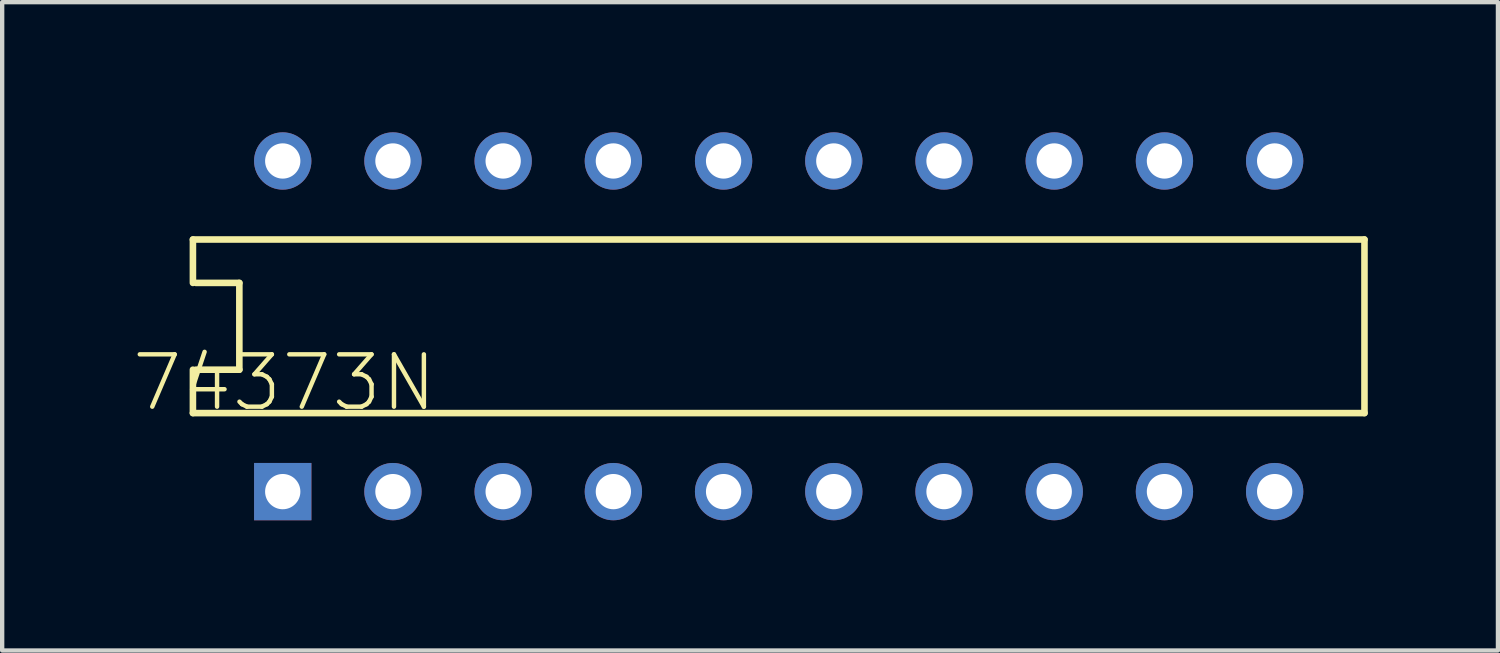
<source format=kicad_pcb>
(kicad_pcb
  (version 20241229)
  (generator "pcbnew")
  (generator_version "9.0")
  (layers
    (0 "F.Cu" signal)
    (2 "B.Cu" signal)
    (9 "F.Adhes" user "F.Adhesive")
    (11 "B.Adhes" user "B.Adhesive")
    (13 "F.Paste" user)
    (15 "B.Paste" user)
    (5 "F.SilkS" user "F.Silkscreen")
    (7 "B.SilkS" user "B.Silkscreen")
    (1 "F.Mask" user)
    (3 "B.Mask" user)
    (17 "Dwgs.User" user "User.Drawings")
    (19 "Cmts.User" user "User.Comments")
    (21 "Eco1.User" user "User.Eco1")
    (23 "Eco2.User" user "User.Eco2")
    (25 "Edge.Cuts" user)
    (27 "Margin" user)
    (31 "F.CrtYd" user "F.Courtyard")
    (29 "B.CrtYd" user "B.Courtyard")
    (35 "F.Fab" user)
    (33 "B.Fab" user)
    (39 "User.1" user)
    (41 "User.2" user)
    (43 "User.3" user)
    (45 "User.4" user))
  (footprint "74373N"
    (layer "F.Cu")
    (at 14.896 4.47)
    (property "Reference" "74373N" (at -7.823 0.594 0) (layer "F.SilkS") (effects (font (size 1.206 1.206) (thickness 0.102)) (justify right top)))
    (attr through_hole)
    (fp_line (start -13.5 -2) (end -13.5 -1) (stroke (width 0.152) (type solid)) (layer "F.SilkS"))
    (fp_line (start -13.5 2) (end -13.5 1) (stroke (width 0.152) (type solid)) (layer "F.SilkS"))
    (fp_line (start -13.5 2) (end 13.5 2) (stroke (width 0.152) (type solid)) (layer "F.SilkS"))
    (fp_line (start -13.43 -1) (end -12.43 -1) (stroke (width 0.152) (type solid)) (layer "F.SilkS"))
    (fp_line (start -13.43 1) (end -12.43 1) (stroke (width 0.152) (type solid)) (layer "F.SilkS"))
    (fp_line (start -12.43 1) (end -12.43 -1) (stroke (width 0.152) (type solid)) (layer "F.SilkS"))
    (fp_line (start 13.5 -2) (end -13.5 -2) (stroke (width 0.152) (type solid)) (layer "F.SilkS"))
    (fp_line (start 13.5 -2) (end 13.5 2) (stroke (width 0.152) (type solid)) (layer "F.SilkS"))
    (pad "1" thru_hole rect (at -11.43 3.81 90) (size 1.321 1.321) (drill 0.813) (layers "*.Cu" "*.Mask"))
    (pad "2" thru_hole circle (at -8.89 3.81 90) (size 1.321 1.321) (drill 0.813) (layers "*.Cu" "*.Mask"))
    (pad "3" thru_hole circle (at -6.35 3.81 90) (size 1.321 1.321) (drill 0.813) (layers "*.Cu" "*.Mask"))
    (pad "4" thru_hole circle (at -3.81 3.81 90) (size 1.321 1.321) (drill 0.813) (layers "*.Cu" "*.Mask"))
    (pad "5" thru_hole circle (at -1.27 3.81 90) (size 1.321 1.321) (drill 0.813) (layers "*.Cu" "*.Mask"))
    (pad "6" thru_hole circle (at 1.27 3.81 90) (size 1.321 1.321) (drill 0.813) (layers "*.Cu" "*.Mask"))
    (pad "7" thru_hole circle (at 3.81 3.81 90) (size 1.321 1.321) (drill 0.813) (layers "*.Cu" "*.Mask"))
    (pad "8" thru_hole circle (at 6.35 3.81 90) (size 1.321 1.321) (drill 0.813) (layers "*.Cu" "*.Mask"))
    (pad "9" thru_hole circle (at 8.89 3.81 90) (size 1.321 1.321) (drill 0.813) (layers "*.Cu" "*.Mask"))
    (pad "10" thru_hole circle (at 11.43 3.81 90) (size 1.321 1.321) (drill 0.813) (layers "*.Cu" "*.Mask"))
    (pad "11" thru_hole circle (at 11.43 -3.81 90) (size 1.321 1.321) (drill 0.813) (layers "*.Cu" "*.Mask"))
    (pad "12" thru_hole circle (at 8.89 -3.81 90) (size 1.321 1.321) (drill 0.813) (layers "*.Cu" "*.Mask"))
    (pad "13" thru_hole circle (at 6.35 -3.81 90) (size 1.321 1.321) (drill 0.813) (layers "*.Cu" "*.Mask"))
    (pad "14" thru_hole circle (at 3.81 -3.81 90) (size 1.321 1.321) (drill 0.813) (layers "*.Cu" "*.Mask"))
    (pad "15" thru_hole circle (at 1.27 -3.81 90) (size 1.321 1.321) (drill 0.813) (layers "*.Cu" "*.Mask"))
    (pad "16" thru_hole circle (at -1.27 -3.81 90) (size 1.321 1.321) (drill 0.813) (layers "*.Cu" "*.Mask"))
    (pad "17" thru_hole circle (at -3.81 -3.81 90) (size 1.321 1.321) (drill 0.813) (layers "*.Cu" "*.Mask"))
    (pad "18" thru_hole circle (at -6.35 -3.81 90) (size 1.321 1.321) (drill 0.813) (layers "*.Cu" "*.Mask"))
    (pad "19" thru_hole circle (at -8.89 -3.81 90) (size 1.321 1.321) (drill 0.813) (layers "*.Cu" "*.Mask"))
    (pad "20" thru_hole circle (at -11.43 -3.81 90) (size 1.321 1.321) (drill 0.813) (layers "*.Cu" "*.Mask")))
  (gr_rect
    (start -3 -3)
    (end 31.472 11.941)
    (stroke (width 0.1) (type default))
    (fill no)
    (layer "Edge.Cuts")))
</source>
